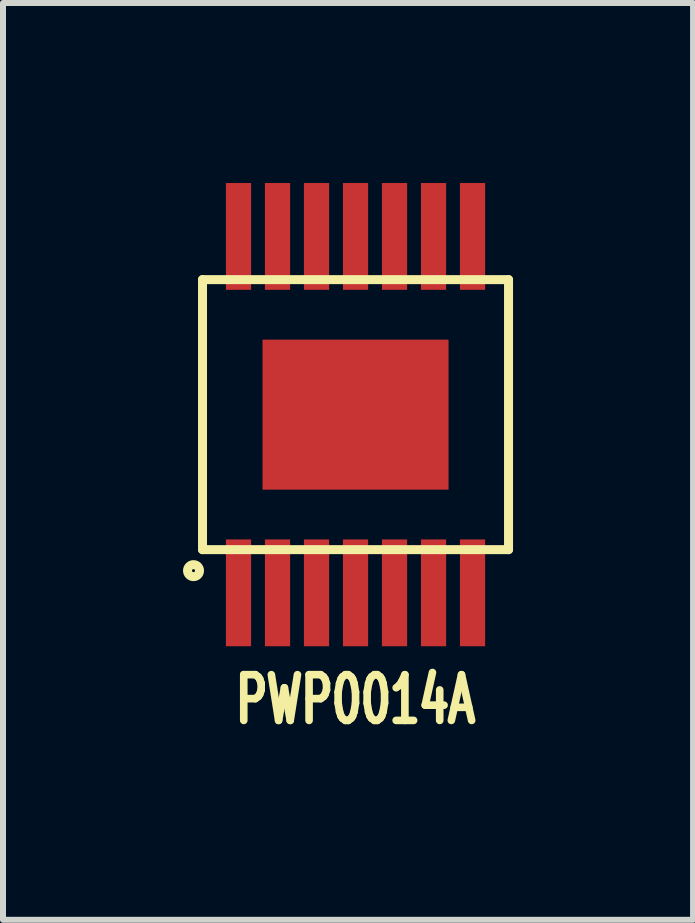
<source format=kicad_pcb>
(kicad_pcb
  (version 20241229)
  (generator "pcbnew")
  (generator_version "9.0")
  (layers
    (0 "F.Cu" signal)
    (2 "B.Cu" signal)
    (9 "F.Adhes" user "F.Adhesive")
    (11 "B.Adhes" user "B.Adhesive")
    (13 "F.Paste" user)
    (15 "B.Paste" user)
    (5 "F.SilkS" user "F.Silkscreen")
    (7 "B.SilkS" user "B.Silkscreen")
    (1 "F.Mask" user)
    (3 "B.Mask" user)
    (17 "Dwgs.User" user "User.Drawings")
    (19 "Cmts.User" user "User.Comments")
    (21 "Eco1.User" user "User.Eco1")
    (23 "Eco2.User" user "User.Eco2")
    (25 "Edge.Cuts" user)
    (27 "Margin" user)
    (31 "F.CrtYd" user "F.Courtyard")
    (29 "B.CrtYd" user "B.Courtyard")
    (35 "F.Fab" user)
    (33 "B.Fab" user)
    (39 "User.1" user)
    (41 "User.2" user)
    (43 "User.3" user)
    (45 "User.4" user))
  (footprint "PWP0014A"
    (layer "F.Cu")
    (at 2.875 3.86)
    (property "Reference" "PWP0014A" (at 0 4.75 0) (layer "F.SilkS") (effects (font (size 0.762 0.508) (thickness 0.127))))
    (attr through_hole)
    (fp_line (start -2.55 -2.25) (end -2.55 2.25) (stroke (width 0.15) (type solid)) (layer "F.SilkS"))
    (fp_line (start -2.55 2.25) (end 2.55 2.25) (stroke (width 0.15) (type solid)) (layer "F.SilkS"))
    (fp_line (start 2.55 -2.25) (end -2.55 -2.25) (stroke (width 0.15) (type solid)) (layer "F.SilkS"))
    (fp_line (start 2.55 2.25) (end 2.55 -2.25) (stroke (width 0.15) (type solid)) (layer "F.SilkS"))
    (fp_circle (center -2.7 2.6) (end -2.7 2.7) (stroke (width 0.15) (type solid)) (fill no) (layer "F.SilkS"))
    (pad "1" smd rect (at -1.95 2.97) (size 0.42 1.78) (layers "F.Cu" "F.Mask" "F.Paste"))
    (pad "2" smd rect (at -1.3 2.97) (size 0.42 1.78) (layers "F.Cu" "F.Mask" "F.Paste"))
    (pad "3" smd rect (at -0.65 2.97) (size 0.42 1.78) (layers "F.Cu" "F.Mask" "F.Paste"))
    (pad "4" smd rect (at 0 2.97) (size 0.42 1.78) (layers "F.Cu" "F.Mask" "F.Paste"))
    (pad "5" smd rect (at 0.65 2.97) (size 0.42 1.78) (layers "F.Cu" "F.Mask" "F.Paste"))
    (pad "6" smd rect (at 1.3 2.97) (size 0.42 1.78) (layers "F.Cu" "F.Mask" "F.Paste"))
    (pad "7" smd rect (at 1.95 2.97) (size 0.42 1.78) (layers "F.Cu" "F.Mask" "F.Paste"))
    (pad "8" smd rect (at 1.95 -2.97) (size 0.42 1.78) (layers "F.Cu" "F.Mask" "F.Paste"))
    (pad "9" smd rect (at 1.3 -2.97) (size 0.42 1.78) (layers "F.Cu" "F.Mask" "F.Paste"))
    (pad "10" smd rect (at 0.65 -2.97) (size 0.42 1.78) (layers "F.Cu" "F.Mask" "F.Paste"))
    (pad "11" smd rect (at 0 -2.97) (size 0.42 1.78) (layers "F.Cu" "F.Mask" "F.Paste"))
    (pad "12" smd rect (at -0.65 -2.97) (size 0.42 1.78) (layers "F.Cu" "F.Mask" "F.Paste"))
    (pad "13" smd rect (at -1.3 -2.97) (size 0.42 1.78) (layers "F.Cu" "F.Mask" "F.Paste"))
    (pad "14" smd rect (at -1.95 -2.97) (size 0.42 1.78) (layers "F.Cu" "F.Mask" "F.Paste"))
    (pad "15" smd rect (at 0 0) (size 3.1 2.5) (layers "F.Cu" "F.Mask" "F.Paste")))
  (gr_rect
    (start -3 -3)
    (end 8.5 12.279)
    (stroke (width 0.1) (type default))
    (fill no)
    (layer "Edge.Cuts")))
</source>
